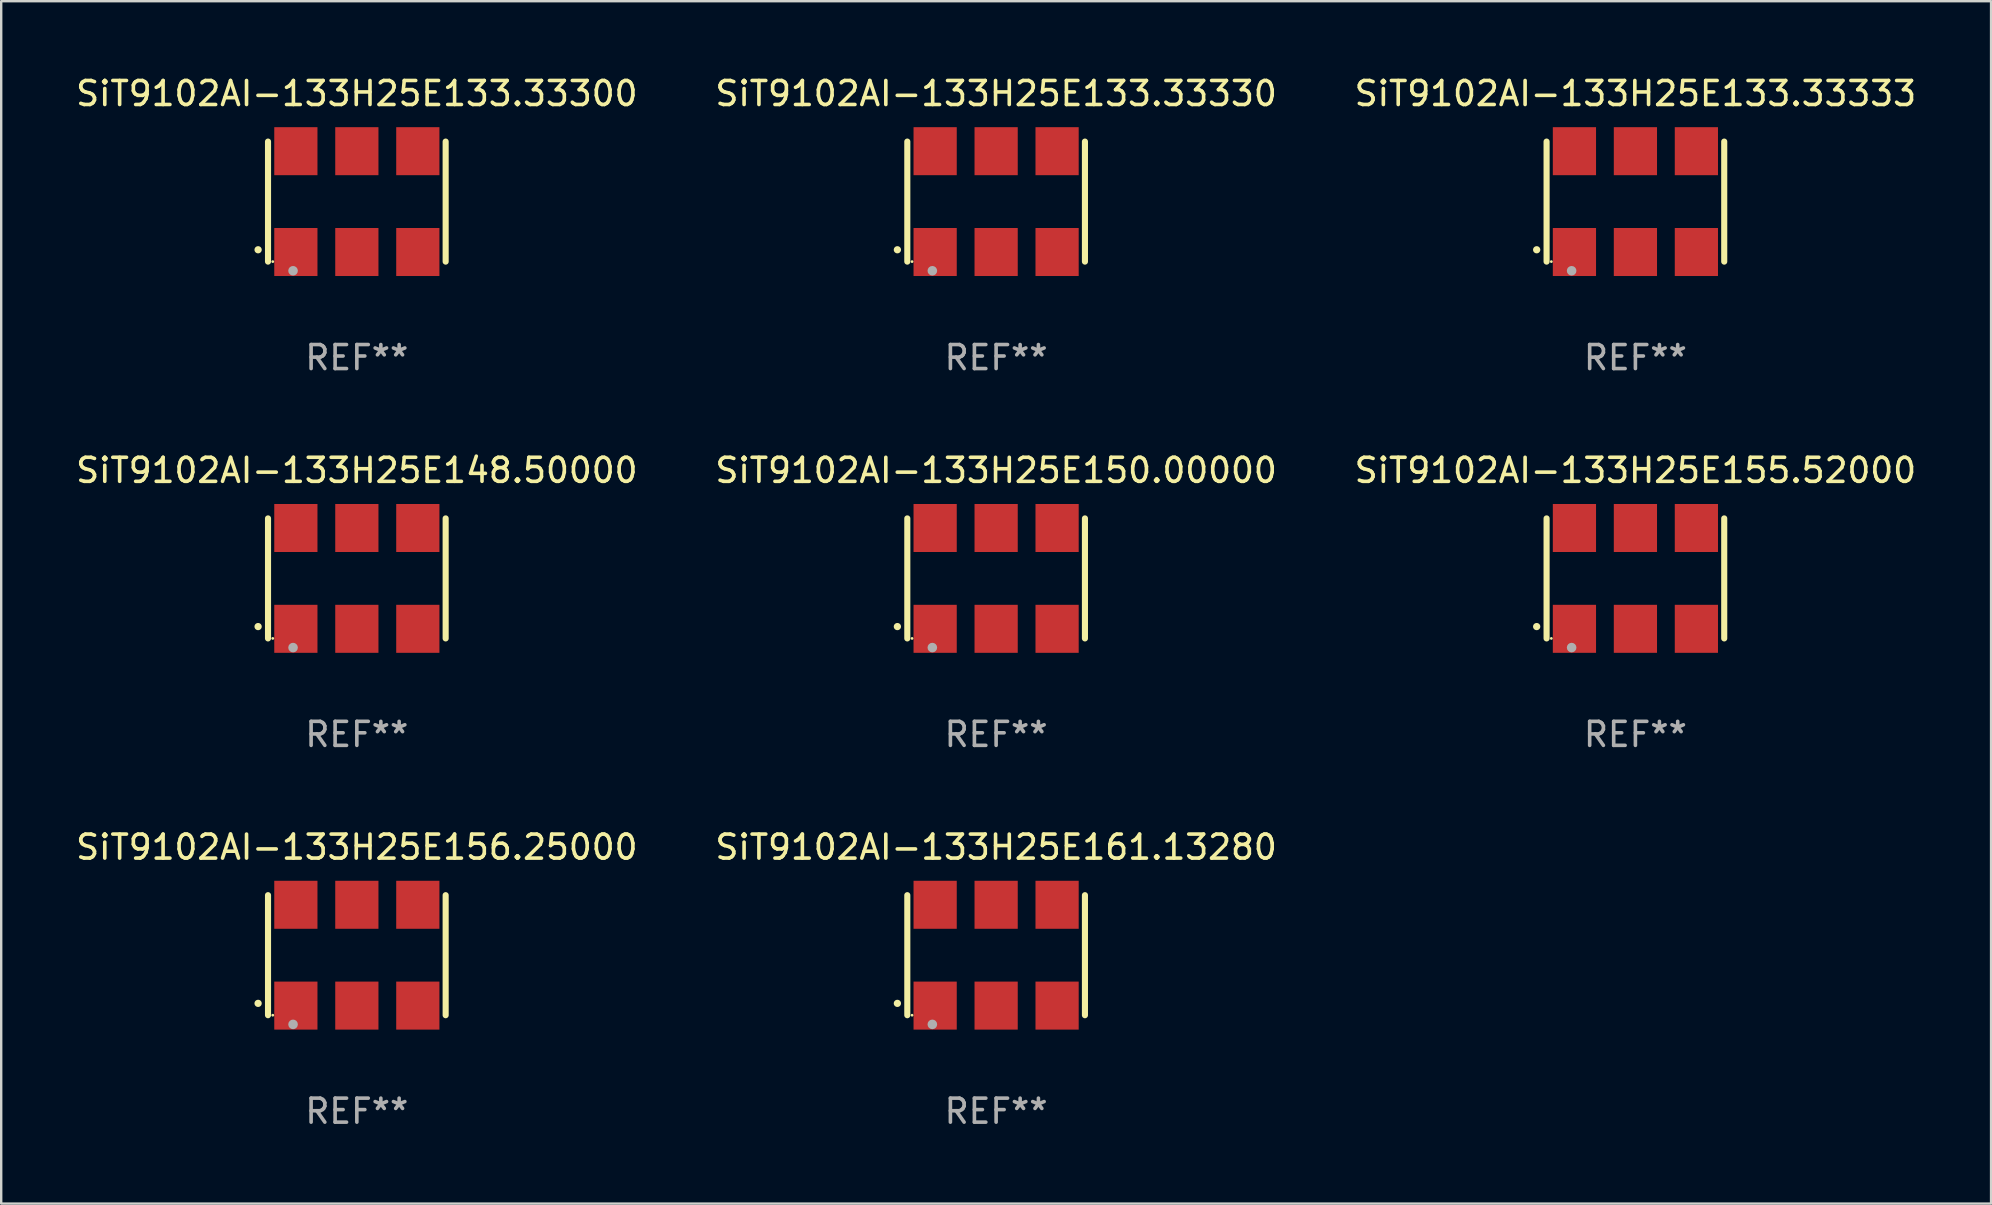
<source format=kicad_pcb>
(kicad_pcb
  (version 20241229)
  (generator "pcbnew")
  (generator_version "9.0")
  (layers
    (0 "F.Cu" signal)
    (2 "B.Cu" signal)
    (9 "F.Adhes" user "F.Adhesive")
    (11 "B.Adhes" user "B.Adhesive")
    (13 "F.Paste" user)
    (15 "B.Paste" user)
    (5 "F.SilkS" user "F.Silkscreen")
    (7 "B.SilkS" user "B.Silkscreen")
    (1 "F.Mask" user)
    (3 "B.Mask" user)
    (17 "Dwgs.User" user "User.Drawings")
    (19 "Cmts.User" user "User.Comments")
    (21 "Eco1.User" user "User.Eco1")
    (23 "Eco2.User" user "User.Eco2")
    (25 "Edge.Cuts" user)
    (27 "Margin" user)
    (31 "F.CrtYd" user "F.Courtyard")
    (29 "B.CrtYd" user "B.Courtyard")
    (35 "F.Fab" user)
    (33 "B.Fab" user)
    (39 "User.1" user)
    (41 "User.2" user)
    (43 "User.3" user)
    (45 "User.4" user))
  (footprint "SiT9102AI-133H25E161.13280"
    (layer "F.Cu")
    (at 38.446 36.741)
    (property "Reference" "SiT9102AI-133H25E161.13280" (at 0 -4.5 0) (layer "F.SilkS") (effects (font (size 1 1) (thickness 0.15))))
    (attr through_hole)
    (fp_line (start -3.7 -2.5) (end -3.7 2.5) (stroke (width 0.254) (type solid)) (layer "F.SilkS"))
    (fp_line (start 3.7 -2.5) (end 3.7 2.5) (stroke (width 0.254) (type solid)) (layer "F.SilkS"))
    (fp_arc (start -4.114415 2.006604) (mid -4.113145 2.006599) (end -4.111875 2.006604) (stroke (width 0.3) (type solid)) (layer "F.SilkS"))
    (fp_circle (center -3.502 2.5) (end -3.472 2.5) (stroke (width 0.06) (type solid)) (fill no) (layer "F.SilkS"))
    (fp_circle (center -2.657 2.882) (end -2.557 2.882) (stroke (width 0.2) (type solid)) (fill no) (layer "F.Fab"))
    (fp_text user "REF**" (at 0 6.5 0) (layer "F.Fab") (effects (font (size 1 1) (thickness 0.15))))
    (pad "1" smd rect (at -2.54 2.1) (size 1.8 2) (layers "F.Cu" "F.Mask" "F.Paste"))
    (pad "2" smd rect (at 0.000394 2.1) (size 1.8 2) (layers "F.Cu" "F.Mask" "F.Paste"))
    (pad "3" smd rect (at 2.54 2.1) (size 1.8 2) (layers "F.Cu" "F.Mask" "F.Paste"))
    (pad "4" smd rect (at 2.54 -2.1) (size 1.8 2) (layers "F.Cu" "F.Mask" "F.Paste"))
    (pad "5" smd rect (at 0.000394 -2.1) (size 1.8 2) (layers "F.Cu" "F.Mask" "F.Paste"))
    (pad "6" smd rect (at -2.54 -2.1) (size 1.8 2) (layers "F.Cu" "F.Mask" "F.Paste")))
  (footprint "SiT9102AI-133H25E133.33330"
    (layer "F.Cu")
    (at 38.446 5.348)
    (property "Reference" "SiT9102AI-133H25E133.33330" (at 0 -4.5 0) (layer "F.SilkS") (effects (font (size 1 1) (thickness 0.15))))
    (attr through_hole)
    (fp_line (start -3.7 -2.5) (end -3.7 2.5) (stroke (width 0.254) (type solid)) (layer "F.SilkS"))
    (fp_line (start 3.7 -2.5) (end 3.7 2.5) (stroke (width 0.254) (type solid)) (layer "F.SilkS"))
    (fp_arc (start -4.114415 2.006604) (mid -4.113145 2.006599) (end -4.111875 2.006604) (stroke (width 0.3) (type solid)) (layer "F.SilkS"))
    (fp_circle (center -3.502 2.5) (end -3.472 2.5) (stroke (width 0.06) (type solid)) (fill no) (layer "F.SilkS"))
    (fp_circle (center -2.657 2.882) (end -2.557 2.882) (stroke (width 0.2) (type solid)) (fill no) (layer "F.Fab"))
    (fp_text user "REF**" (at 0 6.5 0) (layer "F.Fab") (effects (font (size 1 1) (thickness 0.15))))
    (pad "1" smd rect (at -2.54 2.1) (size 1.8 2) (layers "F.Cu" "F.Mask" "F.Paste"))
    (pad "2" smd rect (at 0.000394 2.1) (size 1.8 2) (layers "F.Cu" "F.Mask" "F.Paste"))
    (pad "3" smd rect (at 2.54 2.1) (size 1.8 2) (layers "F.Cu" "F.Mask" "F.Paste"))
    (pad "4" smd rect (at 2.54 -2.1) (size 1.8 2) (layers "F.Cu" "F.Mask" "F.Paste"))
    (pad "5" smd rect (at 0.000394 -2.1) (size 1.8 2) (layers "F.Cu" "F.Mask" "F.Paste"))
    (pad "6" smd rect (at -2.54 -2.1) (size 1.8 2) (layers "F.Cu" "F.Mask" "F.Paste")))
  (footprint "SiT9102AI-133H25E148.50000"
    (layer "F.Cu")
    (at 11.815 21.045)
    (property "Reference" "SiT9102AI-133H25E148.50000" (at 0 -4.5 0) (layer "F.SilkS") (effects (font (size 1 1) (thickness 0.15))))
    (attr through_hole)
    (fp_line (start -3.7 -2.5) (end -3.7 2.5) (stroke (width 0.254) (type solid)) (layer "F.SilkS"))
    (fp_line (start 3.7 -2.5) (end 3.7 2.5) (stroke (width 0.254) (type solid)) (layer "F.SilkS"))
    (fp_arc (start -4.114415 2.006604) (mid -4.113145 2.006599) (end -4.111875 2.006604) (stroke (width 0.3) (type solid)) (layer "F.SilkS"))
    (fp_circle (center -3.502 2.5) (end -3.472 2.5) (stroke (width 0.06) (type solid)) (fill no) (layer "F.SilkS"))
    (fp_circle (center -2.657 2.882) (end -2.557 2.882) (stroke (width 0.2) (type solid)) (fill no) (layer "F.Fab"))
    (fp_text user "REF**" (at 0 6.5 0) (layer "F.Fab") (effects (font (size 1 1) (thickness 0.15))))
    (pad "1" smd rect (at -2.54 2.1) (size 1.8 2) (layers "F.Cu" "F.Mask" "F.Paste"))
    (pad "2" smd rect (at 0.000394 2.1) (size 1.8 2) (layers "F.Cu" "F.Mask" "F.Paste"))
    (pad "3" smd rect (at 2.54 2.1) (size 1.8 2) (layers "F.Cu" "F.Mask" "F.Paste"))
    (pad "4" smd rect (at 2.54 -2.1) (size 1.8 2) (layers "F.Cu" "F.Mask" "F.Paste"))
    (pad "5" smd rect (at 0.000394 -2.1) (size 1.8 2) (layers "F.Cu" "F.Mask" "F.Paste"))
    (pad "6" smd rect (at -2.54 -2.1) (size 1.8 2) (layers "F.Cu" "F.Mask" "F.Paste")))
  (footprint "SiT9102AI-133H25E133.33300"
    (layer "F.Cu")
    (at 11.815 5.348)
    (property "Reference" "SiT9102AI-133H25E133.33300" (at 0 -4.5 0) (layer "F.SilkS") (effects (font (size 1 1) (thickness 0.15))))
    (attr through_hole)
    (fp_line (start -3.7 -2.5) (end -3.7 2.5) (stroke (width 0.254) (type solid)) (layer "F.SilkS"))
    (fp_line (start 3.7 -2.5) (end 3.7 2.5) (stroke (width 0.254) (type solid)) (layer "F.SilkS"))
    (fp_arc (start -4.114415 2.006604) (mid -4.113145 2.006599) (end -4.111875 2.006604) (stroke (width 0.3) (type solid)) (layer "F.SilkS"))
    (fp_circle (center -3.502 2.5) (end -3.472 2.5) (stroke (width 0.06) (type solid)) (fill no) (layer "F.SilkS"))
    (fp_circle (center -2.657 2.882) (end -2.557 2.882) (stroke (width 0.2) (type solid)) (fill no) (layer "F.Fab"))
    (fp_text user "REF**" (at 0 6.5 0) (layer "F.Fab") (effects (font (size 1 1) (thickness 0.15))))
    (pad "1" smd rect (at -2.54 2.1) (size 1.8 2) (layers "F.Cu" "F.Mask" "F.Paste"))
    (pad "2" smd rect (at 0.000394 2.1) (size 1.8 2) (layers "F.Cu" "F.Mask" "F.Paste"))
    (pad "3" smd rect (at 2.54 2.1) (size 1.8 2) (layers "F.Cu" "F.Mask" "F.Paste"))
    (pad "4" smd rect (at 2.54 -2.1) (size 1.8 2) (layers "F.Cu" "F.Mask" "F.Paste"))
    (pad "5" smd rect (at 0.000394 -2.1) (size 1.8 2) (layers "F.Cu" "F.Mask" "F.Paste"))
    (pad "6" smd rect (at -2.54 -2.1) (size 1.8 2) (layers "F.Cu" "F.Mask" "F.Paste")))
  (footprint "SiT9102AI-133H25E150.00000"
    (layer "F.Cu")
    (at 38.446 21.045)
    (property "Reference" "SiT9102AI-133H25E150.00000" (at 0 -4.5 0) (layer "F.SilkS") (effects (font (size 1 1) (thickness 0.15))))
    (attr through_hole)
    (fp_line (start -3.7 -2.5) (end -3.7 2.5) (stroke (width 0.254) (type solid)) (layer "F.SilkS"))
    (fp_line (start 3.7 -2.5) (end 3.7 2.5) (stroke (width 0.254) (type solid)) (layer "F.SilkS"))
    (fp_arc (start -4.114415 2.006604) (mid -4.113145 2.006599) (end -4.111875 2.006604) (stroke (width 0.3) (type solid)) (layer "F.SilkS"))
    (fp_circle (center -3.502 2.5) (end -3.472 2.5) (stroke (width 0.06) (type solid)) (fill no) (layer "F.SilkS"))
    (fp_circle (center -2.657 2.882) (end -2.557 2.882) (stroke (width 0.2) (type solid)) (fill no) (layer "F.Fab"))
    (fp_text user "REF**" (at 0 6.5 0) (layer "F.Fab") (effects (font (size 1 1) (thickness 0.15))))
    (pad "1" smd rect (at -2.54 2.1) (size 1.8 2) (layers "F.Cu" "F.Mask" "F.Paste"))
    (pad "2" smd rect (at 0.000394 2.1) (size 1.8 2) (layers "F.Cu" "F.Mask" "F.Paste"))
    (pad "3" smd rect (at 2.54 2.1) (size 1.8 2) (layers "F.Cu" "F.Mask" "F.Paste"))
    (pad "4" smd rect (at 2.54 -2.1) (size 1.8 2) (layers "F.Cu" "F.Mask" "F.Paste"))
    (pad "5" smd rect (at 0.000394 -2.1) (size 1.8 2) (layers "F.Cu" "F.Mask" "F.Paste"))
    (pad "6" smd rect (at -2.54 -2.1) (size 1.8 2) (layers "F.Cu" "F.Mask" "F.Paste")))
  (footprint "SiT9102AI-133H25E133.33333"
    (layer "F.Cu")
    (at 65.077 5.348)
    (property "Reference" "SiT9102AI-133H25E133.33333" (at 0 -4.5 0) (layer "F.SilkS") (effects (font (size 1 1) (thickness 0.15))))
    (attr through_hole)
    (fp_line (start -3.7 -2.5) (end -3.7 2.5) (stroke (width 0.254) (type solid)) (layer "F.SilkS"))
    (fp_line (start 3.7 -2.5) (end 3.7 2.5) (stroke (width 0.254) (type solid)) (layer "F.SilkS"))
    (fp_arc (start -4.114415 2.006604) (mid -4.113145 2.006599) (end -4.111875 2.006604) (stroke (width 0.3) (type solid)) (layer "F.SilkS"))
    (fp_circle (center -3.502 2.5) (end -3.472 2.5) (stroke (width 0.06) (type solid)) (fill no) (layer "F.SilkS"))
    (fp_circle (center -2.657 2.882) (end -2.557 2.882) (stroke (width 0.2) (type solid)) (fill no) (layer "F.Fab"))
    (fp_text user "REF**" (at 0 6.5 0) (layer "F.Fab") (effects (font (size 1 1) (thickness 0.15))))
    (pad "1" smd rect (at -2.54 2.1) (size 1.8 2) (layers "F.Cu" "F.Mask" "F.Paste"))
    (pad "2" smd rect (at 0.000394 2.1) (size 1.8 2) (layers "F.Cu" "F.Mask" "F.Paste"))
    (pad "3" smd rect (at 2.54 2.1) (size 1.8 2) (layers "F.Cu" "F.Mask" "F.Paste"))
    (pad "4" smd rect (at 2.54 -2.1) (size 1.8 2) (layers "F.Cu" "F.Mask" "F.Paste"))
    (pad "5" smd rect (at 0.000394 -2.1) (size 1.8 2) (layers "F.Cu" "F.Mask" "F.Paste"))
    (pad "6" smd rect (at -2.54 -2.1) (size 1.8 2) (layers "F.Cu" "F.Mask" "F.Paste")))
  (footprint "SiT9102AI-133H25E156.25000"
    (layer "F.Cu")
    (at 11.815 36.741)
    (property "Reference" "SiT9102AI-133H25E156.25000" (at 0 -4.5 0) (layer "F.SilkS") (effects (font (size 1 1) (thickness 0.15))))
    (attr through_hole)
    (fp_line (start -3.7 -2.5) (end -3.7 2.5) (stroke (width 0.254) (type solid)) (layer "F.SilkS"))
    (fp_line (start 3.7 -2.5) (end 3.7 2.5) (stroke (width 0.254) (type solid)) (layer "F.SilkS"))
    (fp_arc (start -4.114415 2.006604) (mid -4.113145 2.006599) (end -4.111875 2.006604) (stroke (width 0.3) (type solid)) (layer "F.SilkS"))
    (fp_circle (center -3.502 2.5) (end -3.472 2.5) (stroke (width 0.06) (type solid)) (fill no) (layer "F.SilkS"))
    (fp_circle (center -2.657 2.882) (end -2.557 2.882) (stroke (width 0.2) (type solid)) (fill no) (layer "F.Fab"))
    (fp_text user "REF**" (at 0 6.5 0) (layer "F.Fab") (effects (font (size 1 1) (thickness 0.15))))
    (pad "1" smd rect (at -2.54 2.1) (size 1.8 2) (layers "F.Cu" "F.Mask" "F.Paste"))
    (pad "2" smd rect (at 0.000394 2.1) (size 1.8 2) (layers "F.Cu" "F.Mask" "F.Paste"))
    (pad "3" smd rect (at 2.54 2.1) (size 1.8 2) (layers "F.Cu" "F.Mask" "F.Paste"))
    (pad "4" smd rect (at 2.54 -2.1) (size 1.8 2) (layers "F.Cu" "F.Mask" "F.Paste"))
    (pad "5" smd rect (at 0.000394 -2.1) (size 1.8 2) (layers "F.Cu" "F.Mask" "F.Paste"))
    (pad "6" smd rect (at -2.54 -2.1) (size 1.8 2) (layers "F.Cu" "F.Mask" "F.Paste")))
  (footprint "SiT9102AI-133H25E155.52000"
    (layer "F.Cu")
    (at 65.077 21.045)
    (property "Reference" "SiT9102AI-133H25E155.52000" (at 0 -4.5 0) (layer "F.SilkS") (effects (font (size 1 1) (thickness 0.15))))
    (attr through_hole)
    (fp_line (start -3.7 -2.5) (end -3.7 2.5) (stroke (width 0.254) (type solid)) (layer "F.SilkS"))
    (fp_line (start 3.7 -2.5) (end 3.7 2.5) (stroke (width 0.254) (type solid)) (layer "F.SilkS"))
    (fp_arc (start -4.114415 2.006604) (mid -4.113145 2.006599) (end -4.111875 2.006604) (stroke (width 0.3) (type solid)) (layer "F.SilkS"))
    (fp_circle (center -3.502 2.5) (end -3.472 2.5) (stroke (width 0.06) (type solid)) (fill no) (layer "F.SilkS"))
    (fp_circle (center -2.657 2.882) (end -2.557 2.882) (stroke (width 0.2) (type solid)) (fill no) (layer "F.Fab"))
    (fp_text user "REF**" (at 0 6.5 0) (layer "F.Fab") (effects (font (size 1 1) (thickness 0.15))))
    (pad "1" smd rect (at -2.54 2.1) (size 1.8 2) (layers "F.Cu" "F.Mask" "F.Paste"))
    (pad "2" smd rect (at 0.000394 2.1) (size 1.8 2) (layers "F.Cu" "F.Mask" "F.Paste"))
    (pad "3" smd rect (at 2.54 2.1) (size 1.8 2) (layers "F.Cu" "F.Mask" "F.Paste"))
    (pad "4" smd rect (at 2.54 -2.1) (size 1.8 2) (layers "F.Cu" "F.Mask" "F.Paste"))
    (pad "5" smd rect (at 0.000394 -2.1) (size 1.8 2) (layers "F.Cu" "F.Mask" "F.Paste"))
    (pad "6" smd rect (at -2.54 -2.1) (size 1.8 2) (layers "F.Cu" "F.Mask" "F.Paste")))
  (gr_rect
    (start -3 -3)
    (end 79.893 47.09)
    (stroke (width 0.1) (type default))
    (fill no)
    (layer "Edge.Cuts")))
</source>
